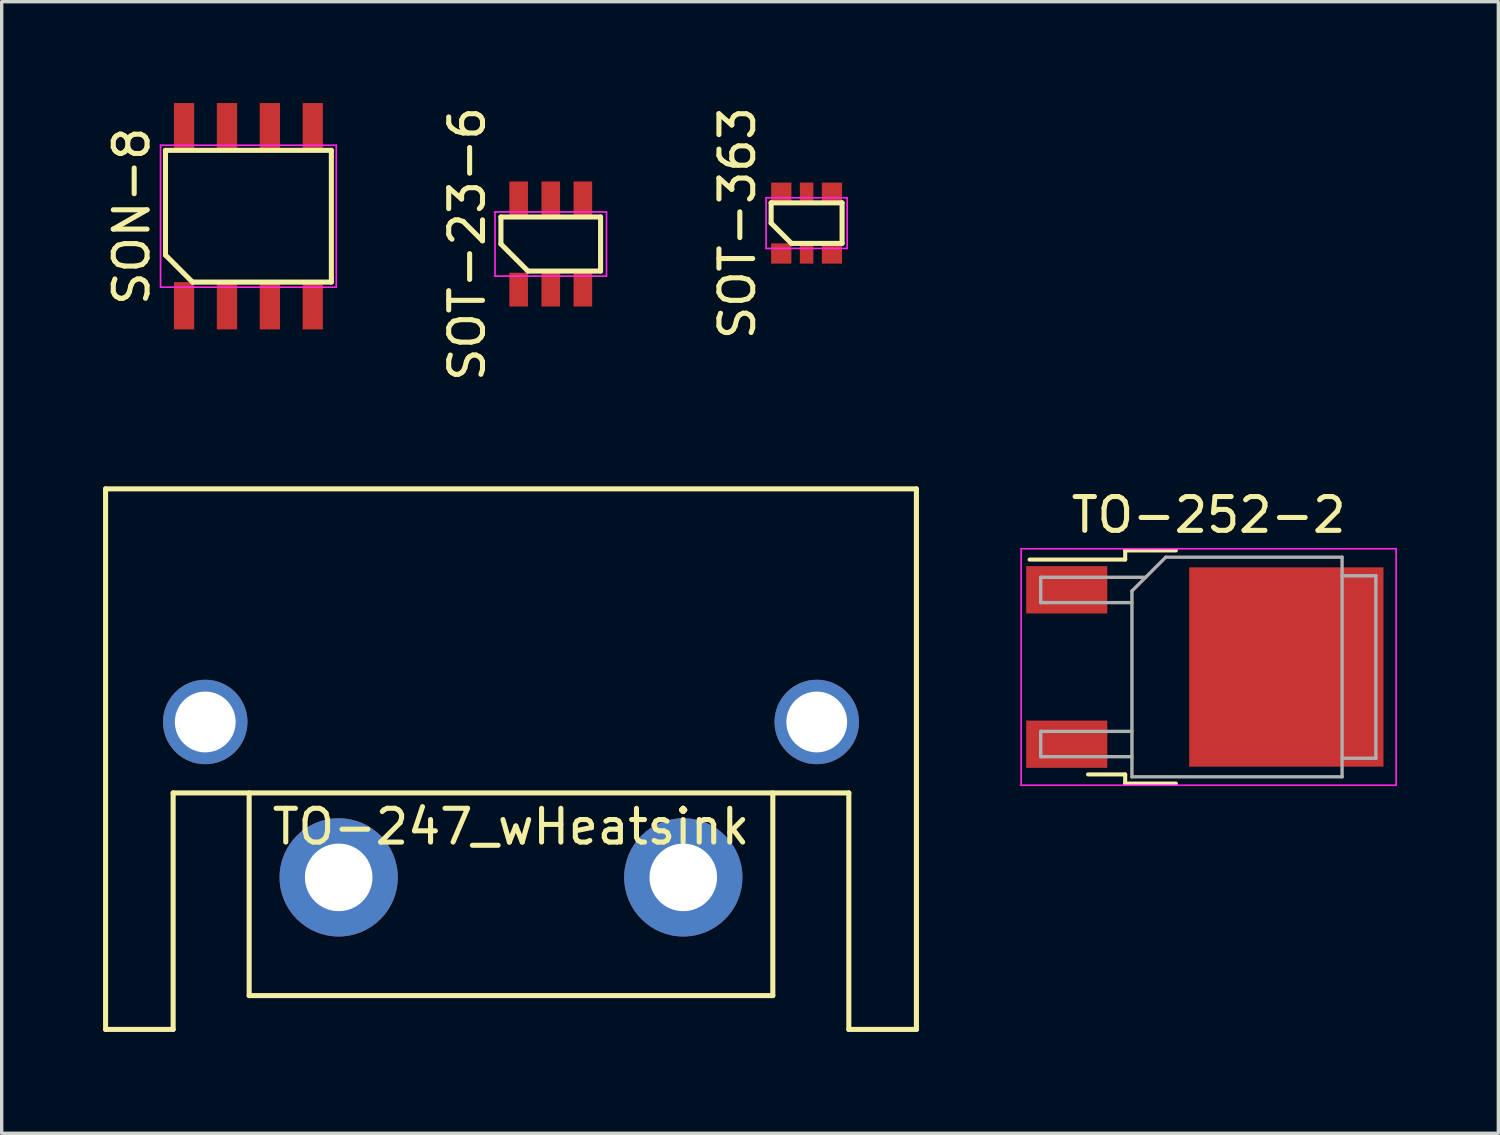
<source format=kicad_pcb>
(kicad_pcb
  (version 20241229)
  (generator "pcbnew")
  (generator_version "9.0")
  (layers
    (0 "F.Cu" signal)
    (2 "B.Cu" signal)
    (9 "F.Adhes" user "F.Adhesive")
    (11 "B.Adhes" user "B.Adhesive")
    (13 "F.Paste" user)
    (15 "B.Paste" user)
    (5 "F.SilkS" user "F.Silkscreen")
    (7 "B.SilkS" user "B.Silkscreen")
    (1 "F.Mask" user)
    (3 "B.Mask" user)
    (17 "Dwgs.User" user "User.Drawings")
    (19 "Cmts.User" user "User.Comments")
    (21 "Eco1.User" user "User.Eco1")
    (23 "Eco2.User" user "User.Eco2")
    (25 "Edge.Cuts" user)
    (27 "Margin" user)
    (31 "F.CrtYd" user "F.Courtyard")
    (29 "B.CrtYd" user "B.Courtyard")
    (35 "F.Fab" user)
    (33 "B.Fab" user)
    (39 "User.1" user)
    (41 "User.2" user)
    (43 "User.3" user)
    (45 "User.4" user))
  (footprint "SOT-363"
    (layer "F.Cu")
    (at 20.825 3.554)
    (property "Reference" "SOT-363" (at -2.05 0 90) (layer "F.SilkS") (effects (font (size 1 1) (thickness 0.15))))
    (attr smd)
    (fp_line (start -1.05 -0.6) (end 1.05 -0.6) (stroke (width 0.15) (type solid)) (layer "F.SilkS"))
    (fp_line (start -1.05 0) (end -1.05 -0.6) (stroke (width 0.15) (type solid)) (layer "F.SilkS"))
    (fp_line (start -0.45 0.6) (end -1.05 0) (stroke (width 0.15) (type solid)) (layer "F.SilkS"))
    (fp_line (start 1.05 -0.6) (end 1.05 0.6) (stroke (width 0.15) (type solid)) (layer "F.SilkS"))
    (fp_line (start 1.05 0.6) (end -0.45 0.6) (stroke (width 0.15) (type solid)) (layer "F.SilkS"))
    (fp_line (start -1.2 -0.75) (end 1.2 -0.75) (stroke (width 0.05) (type solid)) (layer "F.CrtYd"))
    (fp_line (start -1.2 0.75) (end -1.2 -0.75) (stroke (width 0.05) (type solid)) (layer "F.CrtYd"))
    (fp_line (start 1.2 -0.75) (end 1.2 0.75) (stroke (width 0.05) (type solid)) (layer "F.CrtYd"))
    (fp_line (start 1.2 0.75) (end -1.2 0.75) (stroke (width 0.05) (type solid)) (layer "F.CrtYd"))
    (pad "1" smd rect (at -0.75 0.9) (size 0.6 0.6) (layers "F.Cu" "F.Mask" "F.Paste"))
    (pad "2" smd rect (at 0 0.9) (size 0.4 0.6) (layers "F.Cu" "F.Mask" "F.Paste"))
    (pad "3" smd rect (at 0.75 0.9) (size 0.6 0.6) (layers "F.Cu" "F.Mask" "F.Paste"))
    (pad "4" smd rect (at 0.75 -0.9) (size 0.6 0.6) (layers "F.Cu" "F.Mask" "F.Paste"))
    (pad "5" smd rect (at 0 -0.9) (size 0.4 0.6) (layers "F.Cu" "F.Mask" "F.Paste"))
    (pad "6" smd rect (at -0.75 -0.9) (size 0.6 0.6) (layers "F.Cu" "F.Mask" "F.Paste")))
  (footprint "SON-8"
    (layer "F.Cu")
    (at 4.303 3.35)
    (property "Reference" "SON-8" (at -3.455 0 90) (layer "F.SilkS") (effects (font (size 1 1) (thickness 0.15))))
    (attr smd)
    (fp_line (start -2.455 -1.95) (end 2.455 -1.95) (stroke (width 0.15) (type solid)) (layer "F.SilkS"))
    (fp_line (start -2.455 1.15) (end -2.455 -1.95) (stroke (width 0.15) (type solid)) (layer "F.SilkS"))
    (fp_line (start -1.655 1.95) (end -2.455 1.15) (stroke (width 0.15) (type solid)) (layer "F.SilkS"))
    (fp_line (start 2.455 -1.95) (end 2.455 1.95) (stroke (width 0.15) (type solid)) (layer "F.SilkS"))
    (fp_line (start 2.455 1.95) (end -1.655 1.95) (stroke (width 0.15) (type solid)) (layer "F.SilkS"))
    (fp_line (start -2.6 -2.1) (end 2.6 -2.1) (stroke (width 0.05) (type solid)) (layer "F.CrtYd"))
    (fp_line (start -2.6 2.1) (end -2.6 -2.1) (stroke (width 0.05) (type solid)) (layer "F.CrtYd"))
    (fp_line (start 2.6 -2.1) (end 2.6 2.1) (stroke (width 0.05) (type solid)) (layer "F.CrtYd"))
    (fp_line (start 2.6 2.1) (end -2.6 2.1) (stroke (width 0.05) (type solid)) (layer "F.CrtYd"))
    (pad "1" smd rect (at -1.905 2.65) (size 0.6 1.4) (layers "F.Cu" "F.Mask" "F.Paste"))
    (pad "2" smd rect (at -0.635 2.65) (size 0.6 1.4) (layers "F.Cu" "F.Mask" "F.Paste"))
    (pad "3" smd rect (at 0.635 2.65) (size 0.6 1.4) (layers "F.Cu" "F.Mask" "F.Paste"))
    (pad "4" smd rect (at 1.905 2.65) (size 0.6 1.4) (layers "F.Cu" "F.Mask" "F.Paste"))
    (pad "5" smd rect (at 1.905 -2.65) (size 0.6 1.4) (layers "F.Cu" "F.Mask" "F.Paste"))
    (pad "6" smd rect (at 0.635 -2.65) (size 0.6 1.4) (layers "F.Cu" "F.Mask" "F.Paste"))
    (pad "7" smd rect (at -0.635 -2.65) (size 0.6 1.4) (layers "F.Cu" "F.Mask" "F.Paste"))
    (pad "8" smd rect (at -1.905 -2.65) (size 0.6 1.4) (layers "F.Cu" "F.Mask" "F.Paste")))
  (footprint "TO-247_wHeatsink"
    (layer "F.Cu")
    (at 12.075 22.92)
    (property "Reference" "TO-247_wHeatsink" (at 0 -1.5 0) (layer "F.SilkS") (effects (font (size 1 1) (thickness 0.15))))
    (attr through_hole)
    (fp_line (start -12 -11.5) (end -12 4.5) (stroke (width 0.15) (type solid)) (layer "F.SilkS"))
    (fp_line (start -12 4.5) (end -10 4.5) (stroke (width 0.15) (type solid)) (layer "F.SilkS"))
    (fp_line (start -10 -2.5) (end 10 -2.5) (stroke (width 0.15) (type solid)) (layer "F.SilkS"))
    (fp_line (start -10 4.5) (end -10 -2.5) (stroke (width 0.15) (type solid)) (layer "F.SilkS"))
    (fp_line (start -7.75 3.5) (end -7.75 -2.5) (stroke (width 0.15) (type solid)) (layer "F.SilkS"))
    (fp_line (start 7.75 -2.5) (end 7.75 3.5) (stroke (width 0.15) (type solid)) (layer "F.SilkS"))
    (fp_line (start 7.75 3.5) (end -7.75 3.5) (stroke (width 0.15) (type solid)) (layer "F.SilkS"))
    (fp_line (start 10 -2.5) (end 10 4.5) (stroke (width 0.15) (type solid)) (layer "F.SilkS"))
    (fp_line (start 10 4.5) (end 12 4.5) (stroke (width 0.15) (type solid)) (layer "F.SilkS"))
    (fp_line (start 12 -11.5) (end -12 -11.5) (stroke (width 0.15) (type solid)) (layer "F.SilkS"))
    (fp_line (start 12 4.5) (end 12 -11.5) (stroke (width 0.15) (type solid)) (layer "F.SilkS"))
    (pad "" thru_hole circle (at -9.05 -4.6) (size 2.5 2.5) (drill 1.8) (layers "*.Cu" "*.Mask"))
    (pad "" thru_hole circle (at 9.05 -4.6) (size 2.5 2.5) (drill 1.8) (layers "*.Cu" "*.Mask"))
    (pad "1" thru_hole circle (at -5.1 0) (size 3.5 3.5) (drill 2) (layers "*.Cu" "*.Mask"))
    (pad "2" thru_hole circle (at 5.1 0) (size 3.5 3.5) (drill 2) (layers "*.Cu" "*.Mask")))
  (footprint "SOT-23-6"
    (layer "F.Cu")
    (at 13.252 4.173)
    (property "Reference" "SOT-23-6" (at -2.475 0 90) (layer "F.SilkS") (effects (font (size 1 1) (thickness 0.15))))
    (attr smd)
    (fp_line (start -1.475 -0.8) (end 1.475 -0.8) (stroke (width 0.15) (type solid)) (layer "F.SilkS"))
    (fp_line (start -1.475 0) (end -1.475 -0.8) (stroke (width 0.15) (type solid)) (layer "F.SilkS"))
    (fp_line (start -0.675 0.8) (end -1.475 0) (stroke (width 0.15) (type solid)) (layer "F.SilkS"))
    (fp_line (start 1.475 -0.8) (end 1.475 0.8) (stroke (width 0.15) (type solid)) (layer "F.SilkS"))
    (fp_line (start 1.475 0.8) (end -0.675 0.8) (stroke (width 0.15) (type solid)) (layer "F.SilkS"))
    (fp_line (start -1.65 -0.95) (end 1.65 -0.95) (stroke (width 0.05) (type solid)) (layer "F.CrtYd"))
    (fp_line (start -1.65 0.95) (end -1.65 -0.95) (stroke (width 0.05) (type solid)) (layer "F.CrtYd"))
    (fp_line (start 1.65 -0.95) (end 1.65 0.95) (stroke (width 0.05) (type solid)) (layer "F.CrtYd"))
    (fp_line (start 1.65 0.95) (end -1.65 0.95) (stroke (width 0.05) (type solid)) (layer "F.CrtYd"))
    (pad "1" smd rect (at -0.95 1.35) (size 0.55 1) (layers "F.Cu" "F.Mask" "F.Paste"))
    (pad "2" smd rect (at 0 1.35) (size 0.55 1) (layers "F.Cu" "F.Mask" "F.Paste"))
    (pad "3" smd rect (at 0.95 1.35) (size 0.55 1) (layers "F.Cu" "F.Mask" "F.Paste"))
    (pad "4" smd rect (at 0.95 -1.35) (size 0.55 1) (layers "F.Cu" "F.Mask" "F.Paste"))
    (pad "5" smd rect (at 0 -1.35) (size 0.55 1) (layers "F.Cu" "F.Mask" "F.Paste"))
    (pad "6" smd rect (at -0.95 -1.35) (size 0.55 1) (layers "F.Cu" "F.Mask" "F.Paste")))
  (footprint "TO-252-2"
    (layer "F.Cu")
    (at 32.725 16.693)
    (property "Reference" "TO-252-2" (at 0 -4.5 0) (layer "F.SilkS") (effects (font (size 1 1) (thickness 0.15))))
    (attr smd)
    (fp_line (start -2.47 -3.45) (end -2.47 -3.18) (stroke (width 0.12) (type solid)) (layer "F.SilkS"))
    (fp_line (start -2.47 -3.18) (end -5.3 -3.18) (stroke (width 0.12) (type solid)) (layer "F.SilkS"))
    (fp_line (start -2.47 3.18) (end -3.57 3.18) (stroke (width 0.12) (type solid)) (layer "F.SilkS"))
    (fp_line (start -2.47 3.45) (end -2.47 3.18) (stroke (width 0.12) (type solid)) (layer "F.SilkS"))
    (fp_line (start -0.97 -3.45) (end -2.47 -3.45) (stroke (width 0.12) (type solid)) (layer "F.SilkS"))
    (fp_line (start -0.97 3.45) (end -2.47 3.45) (stroke (width 0.12) (type solid)) (layer "F.SilkS"))
    (fp_line (start -5.55 -3.5) (end -5.55 3.5) (stroke (width 0.05) (type solid)) (layer "F.CrtYd"))
    (fp_line (start -5.55 3.5) (end 5.55 3.5) (stroke (width 0.05) (type solid)) (layer "F.CrtYd"))
    (fp_line (start 5.55 -3.5) (end -5.55 -3.5) (stroke (width 0.05) (type solid)) (layer "F.CrtYd"))
    (fp_line (start 5.55 3.5) (end 5.55 -3.5) (stroke (width 0.05) (type solid)) (layer "F.CrtYd"))
    (fp_line (start -4.97 -2.655) (end -4.97 -1.905) (stroke (width 0.1) (type solid)) (layer "F.Fab"))
    (fp_line (start -4.97 -1.905) (end -2.27 -1.905) (stroke (width 0.1) (type solid)) (layer "F.Fab"))
    (fp_line (start -4.97 1.905) (end -4.97 2.655) (stroke (width 0.1) (type solid)) (layer "F.Fab"))
    (fp_line (start -4.97 2.655) (end -2.27 2.655) (stroke (width 0.1) (type solid)) (layer "F.Fab"))
    (fp_line (start -2.27 -2.25) (end -1.27 -3.25) (stroke (width 0.1) (type solid)) (layer "F.Fab"))
    (fp_line (start -2.27 1.905) (end -4.97 1.905) (stroke (width 0.1) (type solid)) (layer "F.Fab"))
    (fp_line (start -2.27 3.25) (end -2.27 -2.25) (stroke (width 0.1) (type solid)) (layer "F.Fab"))
    (fp_line (start -1.865 -2.655) (end -4.97 -2.655) (stroke (width 0.1) (type solid)) (layer "F.Fab"))
    (fp_line (start -1.27 -3.25) (end 3.95 -3.25) (stroke (width 0.1) (type solid)) (layer "F.Fab"))
    (fp_line (start 3.95 -3.25) (end 3.95 3.25) (stroke (width 0.1) (type solid)) (layer "F.Fab"))
    (fp_line (start 3.95 -2.7) (end 4.95 -2.7) (stroke (width 0.1) (type solid)) (layer "F.Fab"))
    (fp_line (start 3.95 3.25) (end -2.27 3.25) (stroke (width 0.1) (type solid)) (layer "F.Fab"))
    (fp_line (start 4.95 -2.7) (end 4.95 2.7) (stroke (width 0.1) (type solid)) (layer "F.Fab"))
    (fp_line (start 4.95 2.7) (end 3.95 2.7) (stroke (width 0.1) (type solid)) (layer "F.Fab"))
    (pad "1" smd rect (at -4.2 -2.285) (size 2.4 1.4) (layers "F.Cu" "F.Mask" "F.Paste"))
    (pad "2" smd rect (at 2.3 0) (size 5.75 5.9) (layers "F.Cu" "F.Mask" "F.Paste"))
    (pad "3" smd rect (at -4.2 2.285) (size 2.4 1.4) (layers "F.Cu" "F.Mask" "F.Paste")))
  (gr_rect
    (start -3 -3)
    (end 41.3 30.495)
    (stroke (width 0.1) (type default))
    (fill no)
    (layer "Edge.Cuts")))
</source>
